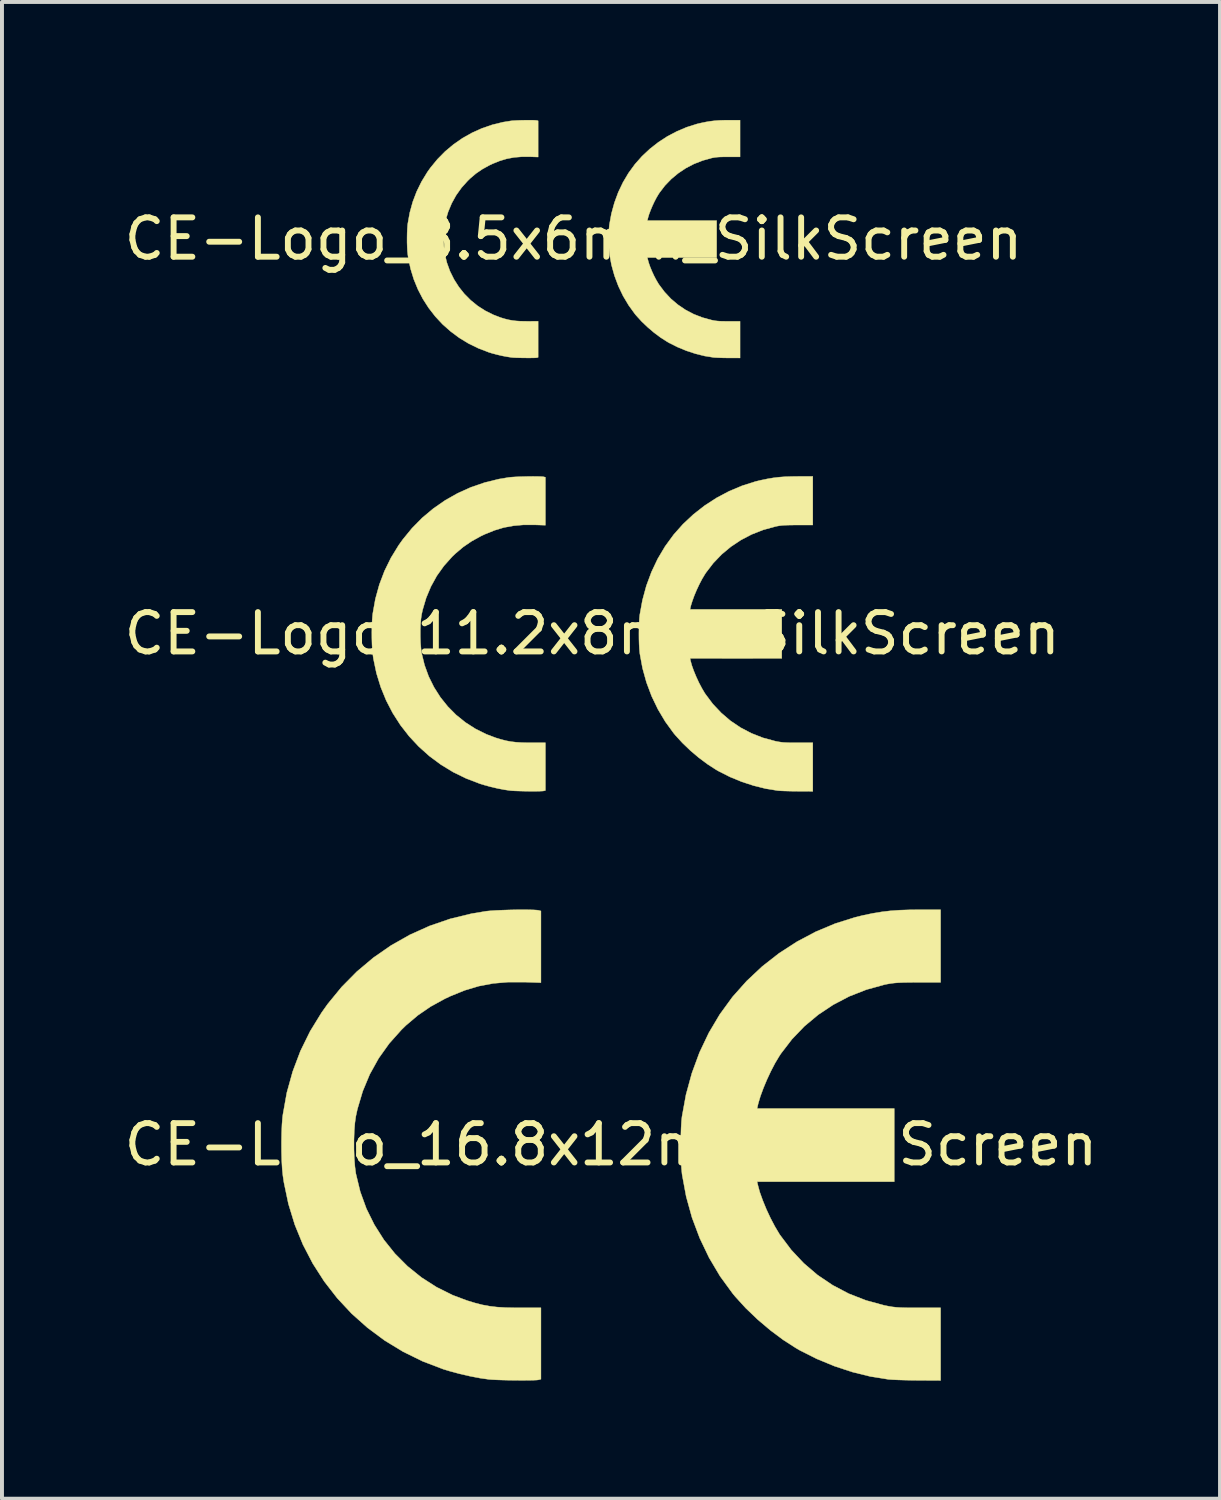
<source format=kicad_pcb>
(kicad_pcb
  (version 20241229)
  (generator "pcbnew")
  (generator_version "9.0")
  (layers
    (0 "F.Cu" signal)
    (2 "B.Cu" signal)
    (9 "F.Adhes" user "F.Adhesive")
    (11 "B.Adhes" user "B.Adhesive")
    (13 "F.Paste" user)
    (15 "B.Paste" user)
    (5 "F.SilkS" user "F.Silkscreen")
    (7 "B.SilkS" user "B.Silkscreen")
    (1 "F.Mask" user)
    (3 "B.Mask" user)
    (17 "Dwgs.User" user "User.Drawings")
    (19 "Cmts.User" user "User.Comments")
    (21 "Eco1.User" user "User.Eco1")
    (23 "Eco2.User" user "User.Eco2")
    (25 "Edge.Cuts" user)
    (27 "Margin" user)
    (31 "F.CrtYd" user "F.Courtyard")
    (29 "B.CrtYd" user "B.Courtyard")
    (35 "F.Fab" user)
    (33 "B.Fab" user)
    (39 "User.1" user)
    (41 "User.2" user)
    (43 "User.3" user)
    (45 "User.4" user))
  (footprint "CE-Logo_8.5x6mm_SilkScreen"
    (layer "F.Cu")
    (at 11.53 3.021)
    (property "Reference" "CE-Logo_8.5x6mm_SilkScreen" (at 0 0 0) (layer "F.SilkS") (effects (font (size 1 1) (thickness 0.15))))
    (attr exclude_from_pos_files exclude_from_bom)
    (fp_poly (pts (xy -1.061 -3.016) (xy -0.996 -3.014) (xy -0.95 -3.011) (xy -0.929 -3.008) (xy -0.9 -3) (xy -0.9 -2.079) (xy -1.109 -2.087) (xy -1.319 -2.086) (xy -1.513 -2.07) (xy -1.698 -2.035) (xy -1.878 -1.981) (xy -2.061 -1.907) (xy -2.137 -1.871) (xy -2.317 -1.772) (xy -2.48 -1.661) (xy -2.632 -1.532) (xy -2.691 -1.474) (xy -2.848 -1.299) (xy -2.984 -1.108) (xy -3.097 -0.904) (xy -3.188 -0.686) (xy -3.257 -0.456) (xy -3.277 -0.364) (xy -3.289 -0.28) (xy -3.297 -0.177) (xy -3.301 -0.062) (xy -3.301 0.057) (xy -3.297 0.174) (xy -3.289 0.281) (xy -3.277 0.37) (xy -3.276 0.377) (xy -3.22 0.606) (xy -3.141 0.824) (xy -3.039 1.03) (xy -2.916 1.223) (xy -2.774 1.401) (xy -2.614 1.562) (xy -2.436 1.706) (xy -2.242 1.83) (xy -2.034 1.933) (xy -1.851 2.003) (xy -1.748 2.034) (xy -1.653 2.058) (xy -1.56 2.075) (xy -1.463 2.087) (xy -1.355 2.094) (xy -1.229 2.096) (xy -1.174 2.097) (xy -0.9 2.096) (xy -0.9 3.013) (xy -0.929 3.021) (xy -0.955 3.024) (xy -1.002 3.026) (xy -1.065 3.027) (xy -1.141 3.028) (xy -1.224 3.027) (xy -1.309 3.026) (xy -1.391 3.024) (xy -1.466 3.022) (xy -1.528 3.019) (xy -1.574 3.015) (xy -1.574 3.015) (xy -1.687 2.998) (xy -1.815 2.974) (xy -1.947 2.943) (xy -2.075 2.909) (xy -2.156 2.884) (xy -2.421 2.782) (xy -2.671 2.66) (xy -2.907 2.516) (xy -3.127 2.352) (xy -3.331 2.171) (xy -3.516 1.972) (xy -3.683 1.757) (xy -3.83 1.528) (xy -3.956 1.285) (xy -4.061 1.029) (xy -4.143 0.762) (xy -4.201 0.486) (xy -4.214 0.397) (xy -4.223 0.312) (xy -4.228 0.208) (xy -4.232 0.092) (xy -4.232 -0.029) (xy -4.23 -0.148) (xy -4.225 -0.258) (xy -4.218 -0.352) (xy -4.214 -0.384) (xy -4.163 -0.666) (xy -4.088 -0.939) (xy -3.988 -1.202) (xy -3.864 -1.454) (xy -3.717 -1.695) (xy -3.638 -1.806) (xy -3.46 -2.023) (xy -3.264 -2.222) (xy -3.051 -2.4) (xy -2.824 -2.558) (xy -2.583 -2.694) (xy -2.33 -2.808) (xy -2.066 -2.899) (xy -1.792 -2.966) (xy -1.601 -2.997) (xy -1.549 -3.003) (xy -1.48 -3.007) (xy -1.399 -3.011) (xy -1.312 -3.014) (xy -1.224 -3.015) (xy -1.138 -3.016) (xy -1.061 -3.016)) (stroke (width 0.01) (type solid)) (fill yes) (layer "F.SilkS"))
    (fp_poly (pts (xy 4.233 -2.084) (xy 3.939 -2.083) (xy 3.837 -2.083) (xy 3.756 -2.082) (xy 3.692 -2.079) (xy 3.638 -2.075) (xy 3.591 -2.069) (xy 3.544 -2.061) (xy 3.51 -2.054) (xy 3.281 -1.99) (xy 3.061 -1.904) (xy 2.854 -1.796) (xy 2.661 -1.667) (xy 2.484 -1.52) (xy 2.324 -1.354) (xy 2.184 -1.171) (xy 2.16 -1.134) (xy 2.108 -1.047) (xy 2.055 -0.945) (xy 2.004 -0.836) (xy 1.958 -0.726) (xy 1.919 -0.623) (xy 1.892 -0.532) (xy 1.886 -0.506) (xy 1.876 -0.463) (xy 3.638 -0.463) (xy 3.638 0.476) (xy 1.876 0.476) (xy 1.886 0.519) (xy 1.911 0.611) (xy 1.948 0.716) (xy 1.995 0.83) (xy 2.048 0.944) (xy 2.105 1.052) (xy 2.161 1.146) (xy 2.17 1.16) (xy 2.314 1.352) (xy 2.475 1.524) (xy 2.653 1.675) (xy 2.846 1.806) (xy 3.054 1.915) (xy 3.275 2.001) (xy 3.508 2.065) (xy 3.514 2.066) (xy 3.567 2.077) (xy 3.615 2.085) (xy 3.665 2.09) (xy 3.721 2.094) (xy 3.789 2.096) (xy 3.875 2.097) (xy 3.946 2.097) (xy 4.233 2.097) (xy 4.233 3.029) (xy 3.946 3.028) (xy 3.854 3.027) (xy 3.764 3.025) (xy 3.682 3.022) (xy 3.614 3.019) (xy 3.566 3.016) (xy 3.559 3.015) (xy 3.333 2.979) (xy 3.101 2.921) (xy 2.869 2.845) (xy 2.644 2.752) (xy 2.43 2.645) (xy 2.375 2.613) (xy 2.211 2.508) (xy 2.045 2.384) (xy 1.883 2.246) (xy 1.732 2.102) (xy 1.599 1.956) (xy 1.562 1.912) (xy 1.401 1.69) (xy 1.259 1.452) (xy 1.139 1.201) (xy 1.041 0.939) (xy 0.965 0.667) (xy 0.914 0.389) (xy 0.912 0.37) (xy 0.905 0.299) (xy 0.9 0.208) (xy 0.897 0.105) (xy 0.896 -0.004) (xy 0.897 -0.112) (xy 0.9 -0.213) (xy 0.905 -0.299) (xy 0.911 -0.357) (xy 0.963 -0.642) (xy 1.039 -0.918) (xy 1.136 -1.182) (xy 1.256 -1.434) (xy 1.397 -1.672) (xy 1.559 -1.894) (xy 1.562 -1.898) (xy 1.742 -2.101) (xy 1.941 -2.287) (xy 2.157 -2.456) (xy 2.386 -2.605) (xy 2.628 -2.732) (xy 2.878 -2.838) (xy 3.134 -2.919) (xy 3.235 -2.943) (xy 3.359 -2.969) (xy 3.474 -2.988) (xy 3.588 -3.002) (xy 3.707 -3.011) (xy 3.841 -3.015) (xy 3.952 -3.016) (xy 4.233 -3.016) (xy 4.233 -2.084)) (stroke (width 0.01) (type solid)) (fill yes) (layer "F.SilkS")))
  (footprint "CE-Logo_11.2x8mm_SilkScreen"
    (layer "F.Cu")
    (at 12.006 13.055)
    (property "Reference" "CE-Logo_11.2x8mm_SilkScreen" (at 0 0 0) (layer "F.SilkS") (effects (font (size 1 1) (thickness 0.15))))
    (attr exclude_from_pos_files exclude_from_bom)
    (fp_poly (pts (xy -1.405 -3.993) (xy -1.319 -3.991) (xy -1.258 -3.987) (xy -1.231 -3.983) (xy -1.191 -3.972) (xy -1.191 -2.754) (xy -1.469 -2.763) (xy -1.746 -2.763) (xy -2.004 -2.74) (xy -2.248 -2.695) (xy -2.487 -2.623) (xy -2.729 -2.525) (xy -2.829 -2.478) (xy -3.068 -2.346) (xy -3.283 -2.199) (xy -3.485 -2.028) (xy -3.564 -1.952) (xy -3.771 -1.72) (xy -3.951 -1.468) (xy -4.101 -1.196) (xy -4.222 -0.908) (xy -4.312 -0.604) (xy -4.339 -0.482) (xy -4.355 -0.37) (xy -4.366 -0.234) (xy -4.371 -0.082) (xy -4.371 0.076) (xy -4.366 0.23) (xy -4.355 0.372) (xy -4.339 0.49) (xy -4.338 0.499) (xy -4.264 0.802) (xy -4.159 1.091) (xy -4.024 1.364) (xy -3.862 1.619) (xy -3.673 1.855) (xy -3.461 2.069) (xy -3.225 2.259) (xy -2.969 2.423) (xy -2.694 2.56) (xy -2.451 2.652) (xy -2.314 2.693) (xy -2.189 2.725) (xy -2.066 2.748) (xy -1.937 2.763) (xy -1.794 2.772) (xy -1.628 2.776) (xy -1.555 2.776) (xy -1.191 2.776) (xy -1.191 3.99) (xy -1.231 4) (xy -1.264 4.004) (xy -1.326 4.007) (xy -1.411 4.009) (xy -1.511 4.009) (xy -1.621 4.009) (xy -1.733 4.007) (xy -1.842 4.004) (xy -1.941 4.001) (xy -2.024 3.997) (xy -2.084 3.992) (xy -2.085 3.992) (xy -2.234 3.97) (xy -2.403 3.938) (xy -2.579 3.897) (xy -2.747 3.851) (xy -2.855 3.818) (xy -3.205 3.684) (xy -3.537 3.522) (xy -3.85 3.331) (xy -4.141 3.115) (xy -4.41 2.874) (xy -4.656 2.611) (xy -4.877 2.327) (xy -5.072 2.023) (xy -5.239 1.701) (xy -5.377 1.363) (xy -5.486 1.01) (xy -5.563 0.643) (xy -5.58 0.526) (xy -5.591 0.413) (xy -5.599 0.276) (xy -5.603 0.122) (xy -5.604 -0.039) (xy -5.601 -0.196) (xy -5.595 -0.342) (xy -5.585 -0.465) (xy -5.58 -0.508) (xy -5.513 -0.882) (xy -5.413 -1.244) (xy -5.281 -1.592) (xy -5.117 -1.926) (xy -4.922 -2.244) (xy -4.817 -2.391) (xy -4.581 -2.679) (xy -4.322 -2.942) (xy -4.04 -3.178) (xy -3.739 -3.387) (xy -3.42 -3.567) (xy -3.085 -3.718) (xy -2.735 -3.838) (xy -2.373 -3.927) (xy -2.12 -3.969) (xy -2.051 -3.976) (xy -1.959 -3.982) (xy -1.853 -3.987) (xy -1.738 -3.99) (xy -1.62 -3.993) (xy -1.507 -3.994) (xy -1.405 -3.993)) (stroke (width 0.01) (type solid)) (fill yes) (layer "F.SilkS"))
    (fp_poly (pts (xy 5.606 -3.376) (xy 5.606 -2.759) (xy 5.216 -2.759) (xy 5.081 -2.758) (xy 4.974 -2.756) (xy 4.889 -2.753) (xy 4.818 -2.748) (xy 4.755 -2.74) (xy 4.693 -2.729) (xy 4.648 -2.719) (xy 4.344 -2.635) (xy 4.053 -2.521) (xy 3.779 -2.378) (xy 3.524 -2.208) (xy 3.289 -2.012) (xy 3.078 -1.792) (xy 2.892 -1.55) (xy 2.86 -1.501) (xy 2.791 -1.386) (xy 2.721 -1.252) (xy 2.653 -1.107) (xy 2.592 -0.962) (xy 2.542 -0.824) (xy 2.505 -0.704) (xy 2.497 -0.67) (xy 2.485 -0.613) (xy 4.817 -0.613) (xy 4.817 0.631) (xy 2.485 0.631) (xy 2.497 0.688) (xy 2.53 0.809) (xy 2.58 0.949) (xy 2.642 1.099) (xy 2.712 1.25) (xy 2.787 1.392) (xy 2.861 1.517) (xy 2.874 1.536) (xy 3.064 1.79) (xy 3.278 2.017) (xy 3.513 2.218) (xy 3.769 2.391) (xy 4.044 2.535) (xy 4.336 2.65) (xy 4.645 2.734) (xy 4.653 2.736) (xy 4.723 2.75) (xy 4.787 2.76) (xy 4.852 2.768) (xy 4.927 2.772) (xy 5.017 2.775) (xy 5.131 2.776) (xy 5.225 2.776) (xy 5.606 2.776) (xy 5.606 4.011) (xy 5.225 4.009) (xy 5.103 4.008) (xy 4.984 4.005) (xy 4.876 4.002) (xy 4.786 3.998) (xy 4.721 3.993) (xy 4.712 3.992) (xy 4.414 3.944) (xy 4.107 3.868) (xy 3.8 3.768) (xy 3.501 3.645) (xy 3.218 3.502) (xy 3.144 3.46) (xy 2.928 3.32) (xy 2.708 3.156) (xy 2.494 2.975) (xy 2.294 2.783) (xy 2.117 2.59) (xy 2.068 2.531) (xy 1.855 2.238) (xy 1.668 1.923) (xy 1.508 1.59) (xy 1.378 1.243) (xy 1.278 0.883) (xy 1.21 0.515) (xy 1.207 0.49) (xy 1.198 0.396) (xy 1.191 0.275) (xy 1.187 0.139) (xy 1.186 -0.005) (xy 1.188 -0.148) (xy 1.192 -0.282) (xy 1.199 -0.396) (xy 1.207 -0.473) (xy 1.276 -0.85) (xy 1.375 -1.215) (xy 1.505 -1.565) (xy 1.663 -1.899) (xy 1.85 -2.214) (xy 2.064 -2.507) (xy 2.068 -2.513) (xy 2.307 -2.782) (xy 2.571 -3.029) (xy 2.856 -3.252) (xy 3.16 -3.449) (xy 3.479 -3.618) (xy 3.81 -3.757) (xy 4.15 -3.865) (xy 4.283 -3.897) (xy 4.447 -3.931) (xy 4.6 -3.957) (xy 4.75 -3.975) (xy 4.909 -3.987) (xy 5.086 -3.992) (xy 5.233 -3.994) (xy 5.606 -3.994) (xy 5.606 -3.376)) (stroke (width 0.01) (type solid)) (fill yes) (layer "F.SilkS")))
  (footprint "CE-Logo_16.8x12mm_SilkScreen"
    (layer "F.Cu")
    (at 12.482 26.046)
    (property "Reference" "CE-Logo_16.8x12mm_SilkScreen" (at 0 0 0) (layer "F.SilkS") (effects (font (size 1 1) (thickness 0.15))))
    (attr exclude_from_pos_files exclude_from_bom)
    (fp_poly (pts (xy -2.1 -5.969) (xy -1.972 -5.966) (xy -1.88 -5.96) (xy -1.84 -5.954) (xy -1.781 -5.938) (xy -1.781 -4.116) (xy -2.195 -4.13) (xy -2.611 -4.13) (xy -2.995 -4.097) (xy -3.36 -4.028) (xy -3.718 -3.921) (xy -4.079 -3.775) (xy -4.229 -3.704) (xy -4.586 -3.508) (xy -4.908 -3.287) (xy -5.21 -3.032) (xy -5.327 -2.918) (xy -5.637 -2.571) (xy -5.906 -2.194) (xy -6.131 -1.789) (xy -6.311 -1.357) (xy -6.446 -0.903) (xy -6.486 -0.72) (xy -6.51 -0.554) (xy -6.526 -0.35) (xy -6.534 -0.123) (xy -6.534 0.113) (xy -6.526 0.344) (xy -6.51 0.555) (xy -6.487 0.733) (xy -6.484 0.746) (xy -6.374 1.199) (xy -6.217 1.631) (xy -6.015 2.039) (xy -5.773 2.421) (xy -5.491 2.773) (xy -5.173 3.092) (xy -4.821 3.376) (xy -4.438 3.622) (xy -4.027 3.827) (xy -3.663 3.964) (xy -3.459 4.026) (xy -3.272 4.074) (xy -3.088 4.108) (xy -2.896 4.131) (xy -2.682 4.144) (xy -2.433 4.149) (xy -2.324 4.15) (xy -1.781 4.149) (xy -1.781 5.964) (xy -1.84 5.98) (xy -1.89 5.986) (xy -1.983 5.99) (xy -2.109 5.992) (xy -2.259 5.993) (xy -2.422 5.992) (xy -2.591 5.99) (xy -2.753 5.986) (xy -2.902 5.981) (xy -3.025 5.975) (xy -3.115 5.968) (xy -3.116 5.967) (xy -3.34 5.935) (xy -3.592 5.886) (xy -3.855 5.825) (xy -4.107 5.757) (xy -4.268 5.708) (xy -4.791 5.508) (xy -5.287 5.264) (xy -5.754 4.98) (xy -6.19 4.656) (xy -6.593 4.297) (xy -6.96 3.903) (xy -7.29 3.478) (xy -7.581 3.024) (xy -7.831 2.543) (xy -8.038 2.037) (xy -8.2 1.509) (xy -8.315 0.961) (xy -8.341 0.786) (xy -8.358 0.618) (xy -8.37 0.412) (xy -8.376 0.182) (xy -8.377 -0.058) (xy -8.373 -0.293) (xy -8.364 -0.511) (xy -8.349 -0.696) (xy -8.341 -0.759) (xy -8.241 -1.319) (xy -8.091 -1.859) (xy -7.894 -2.38) (xy -7.649 -2.879) (xy -7.357 -3.355) (xy -7.201 -3.574) (xy -6.848 -4.005) (xy -6.46 -4.398) (xy -6.04 -4.751) (xy -5.59 -5.063) (xy -5.113 -5.333) (xy -4.612 -5.558) (xy -4.089 -5.738) (xy -3.547 -5.87) (xy -3.169 -5.933) (xy -3.065 -5.943) (xy -2.929 -5.952) (xy -2.77 -5.959) (xy -2.598 -5.965) (xy -2.422 -5.969) (xy -2.253 -5.97) (xy -2.1 -5.969)) (stroke (width 0.01) (type solid)) (fill yes) (layer "F.SilkS"))
    (fp_poly (pts (xy 8.379 -4.124) (xy 7.797 -4.124) (xy 7.595 -4.123) (xy 7.435 -4.12) (xy 7.308 -4.115) (xy 7.202 -4.107) (xy 7.108 -4.095) (xy 7.016 -4.079) (xy 6.948 -4.065) (xy 6.493 -3.939) (xy 6.059 -3.769) (xy 5.65 -3.555) (xy 5.268 -3.301) (xy 4.917 -3.008) (xy 4.601 -2.679) (xy 4.323 -2.317) (xy 4.275 -2.244) (xy 4.172 -2.072) (xy 4.067 -1.871) (xy 3.966 -1.655) (xy 3.875 -1.438) (xy 3.799 -1.232) (xy 3.745 -1.052) (xy 3.733 -1.002) (xy 3.714 -0.916) (xy 7.201 -0.916) (xy 7.201 0.943) (xy 3.714 0.943) (xy 3.733 1.028) (xy 3.782 1.209) (xy 3.857 1.418) (xy 3.949 1.643) (xy 4.054 1.868) (xy 4.166 2.081) (xy 4.277 2.268) (xy 4.296 2.297) (xy 4.581 2.676) (xy 4.9 3.016) (xy 5.251 3.316) (xy 5.634 3.574) (xy 6.044 3.79) (xy 6.482 3.961) (xy 6.944 4.087) (xy 6.955 4.089) (xy 7.06 4.11) (xy 7.155 4.126) (xy 7.254 4.137) (xy 7.365 4.144) (xy 7.5 4.148) (xy 7.67 4.15) (xy 7.81 4.15) (xy 8.379 4.15) (xy 8.379 5.996) (xy 7.81 5.993) (xy 7.628 5.991) (xy 7.45 5.987) (xy 7.288 5.982) (xy 7.154 5.976) (xy 7.058 5.969) (xy 7.044 5.967) (xy 6.598 5.896) (xy 6.139 5.783) (xy 5.68 5.632) (xy 5.233 5.448) (xy 4.811 5.236) (xy 4.7 5.172) (xy 4.377 4.964) (xy 4.048 4.718) (xy 3.728 4.447) (xy 3.429 4.161) (xy 3.164 3.871) (xy 3.092 3.784) (xy 2.772 3.345) (xy 2.493 2.875) (xy 2.255 2.377) (xy 2.06 1.858) (xy 1.911 1.32) (xy 1.809 0.77) (xy 1.804 0.733) (xy 1.791 0.591) (xy 1.781 0.412) (xy 1.775 0.208) (xy 1.773 -0.008) (xy 1.776 -0.222) (xy 1.782 -0.421) (xy 1.792 -0.592) (xy 1.804 -0.707) (xy 1.907 -1.271) (xy 2.056 -1.816) (xy 2.249 -2.34) (xy 2.486 -2.839) (xy 2.765 -3.309) (xy 3.085 -3.748) (xy 3.092 -3.757) (xy 3.449 -4.158) (xy 3.843 -4.528) (xy 4.269 -4.861) (xy 4.724 -5.156) (xy 5.201 -5.409) (xy 5.696 -5.617) (xy 6.204 -5.777) (xy 6.403 -5.826) (xy 6.648 -5.877) (xy 6.876 -5.915) (xy 7.101 -5.942) (xy 7.338 -5.959) (xy 7.602 -5.968) (xy 7.823 -5.97) (xy 8.379 -5.97) (xy 8.379 -4.124)) (stroke (width 0.01) (type solid)) (fill yes) (layer "F.SilkS")))
  (gr_rect
    (start -3 -3)
    (end 27.964 35.048)
    (stroke (width 0.1) (type default))
    (fill no)
    (layer "Edge.Cuts")))
</source>
